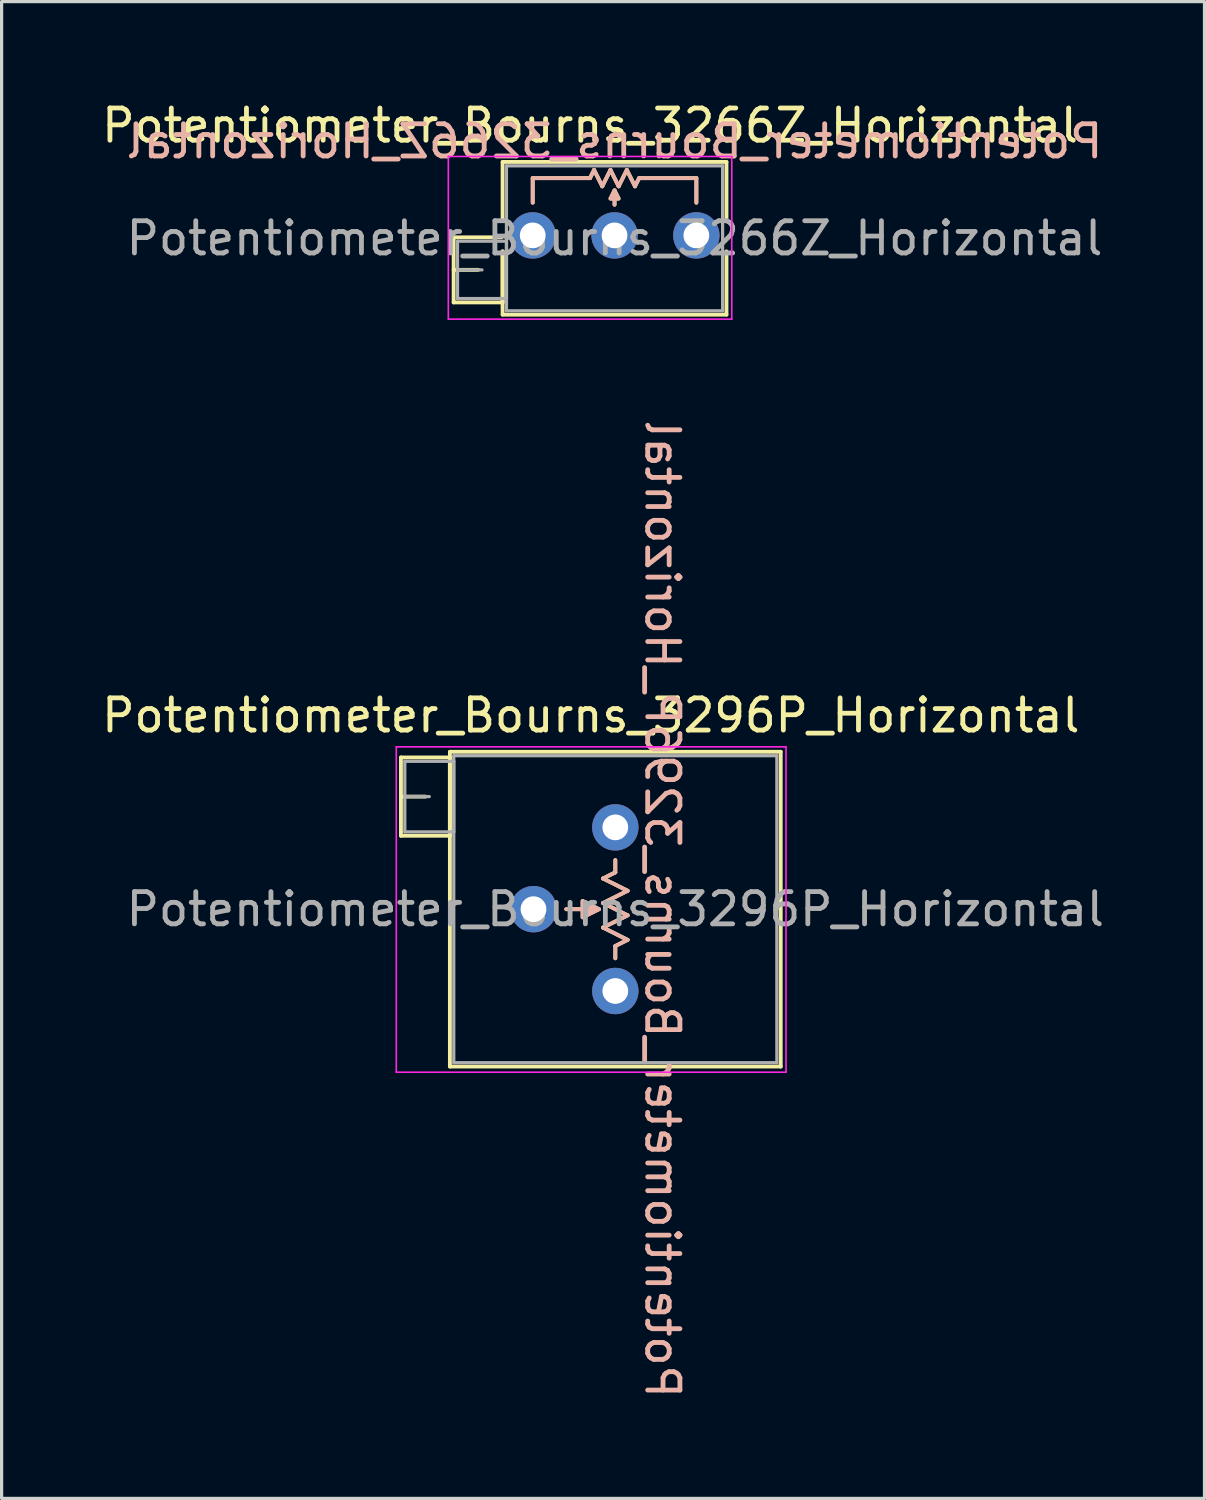
<source format=kicad_pcb>
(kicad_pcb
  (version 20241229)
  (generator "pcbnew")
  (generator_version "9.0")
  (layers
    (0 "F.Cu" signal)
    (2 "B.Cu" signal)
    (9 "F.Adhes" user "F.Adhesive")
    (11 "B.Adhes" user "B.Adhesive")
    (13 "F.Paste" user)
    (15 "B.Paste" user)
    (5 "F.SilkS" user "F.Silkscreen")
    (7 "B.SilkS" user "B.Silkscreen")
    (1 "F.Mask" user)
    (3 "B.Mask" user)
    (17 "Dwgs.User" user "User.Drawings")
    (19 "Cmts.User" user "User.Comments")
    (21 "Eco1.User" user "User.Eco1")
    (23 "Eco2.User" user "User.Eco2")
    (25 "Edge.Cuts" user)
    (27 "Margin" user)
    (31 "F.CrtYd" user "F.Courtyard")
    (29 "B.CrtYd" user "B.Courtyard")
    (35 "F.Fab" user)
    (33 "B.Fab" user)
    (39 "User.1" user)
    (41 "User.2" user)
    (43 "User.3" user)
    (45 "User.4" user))
  (footprint "Potentiometer_Bourns_3266Z_Horizontal"
    (layer "F.Cu")
    (at 18.568 4.258)
    (property "Reference" "Potentiometer_Bourns_3266Z_Horizontal" (at -3.3 -3.41 0) (layer "F.SilkS") (effects (font (size 1 1) (thickness 0.15))))
    (attr through_hole)
    (fp_line (start -7.535 0.06) (end -7.535 2.08) (stroke (width 0.12) (type solid)) (layer "F.SilkS"))
    (fp_line (start -7.535 0.06) (end -6.056 0.06) (stroke (width 0.12) (type solid)) (layer "F.SilkS"))
    (fp_line (start -7.535 1.07) (end -6.776 1.07) (stroke (width 0.12) (type solid)) (layer "F.SilkS"))
    (fp_line (start -7.535 2.08) (end -6.016 2.08) (stroke (width 0.12) (type solid)) (layer "F.SilkS"))
    (fp_line (start -6.016 0.496) (end -6.016 2.08) (stroke (width 0.12) (type solid)) (layer "F.SilkS"))
    (fp_line (start -6.015 -2.28) (end -6.015 -0.494) (stroke (width 0.12) (type solid)) (layer "F.SilkS"))
    (fp_line (start -6.015 -2.28) (end 0.935 -2.28) (stroke (width 0.12) (type solid)) (layer "F.SilkS"))
    (fp_line (start -6.015 0.496) (end -6.015 2.46) (stroke (width 0.12) (type solid)) (layer "F.SilkS"))
    (fp_line (start -6.015 2.46) (end 0.935 2.46) (stroke (width 0.12) (type solid)) (layer "F.SilkS"))
    (fp_line (start -5.08 -1.778) (end -5.08 -1.016) (stroke (width 0.12) (type solid)) (layer "F.SilkS"))
    (fp_line (start -3.302 -1.778) (end -5.08 -1.778) (stroke (width 0.12) (type solid)) (layer "F.SilkS"))
    (fp_line (start -3.175 -2.032) (end -3.302 -1.778) (stroke (width 0.12) (type solid)) (layer "F.SilkS"))
    (fp_line (start -2.921 -1.524) (end -3.175 -2.032) (stroke (width 0.12) (type solid)) (layer "F.SilkS"))
    (fp_line (start -2.667 -2.032) (end -2.921 -1.524) (stroke (width 0.12) (type solid)) (layer "F.SilkS"))
    (fp_line (start -2.54 -1.397) (end -2.54 -0.953) (stroke (width 0.12) (type solid)) (layer "F.SilkS"))
    (fp_line (start -2.413 -1.524) (end -2.667 -2.032) (stroke (width 0.12) (type solid)) (layer "F.SilkS"))
    (fp_line (start -2.159 -2.032) (end -2.413 -1.524) (stroke (width 0.12) (type solid)) (layer "F.SilkS"))
    (fp_line (start -1.905 -1.524) (end -2.159 -2.032) (stroke (width 0.12) (type solid)) (layer "F.SilkS"))
    (fp_line (start -1.778 -1.778) (end -1.905 -1.524) (stroke (width 0.12) (type solid)) (layer "F.SilkS"))
    (fp_line (start -1.778 -1.778) (end 0 -1.778) (stroke (width 0.12) (type solid)) (layer "F.SilkS"))
    (fp_line (start 0 -1.778) (end 0 -1.016) (stroke (width 0.12) (type solid)) (layer "F.SilkS"))
    (fp_line (start 0.935 -2.28) (end 0.935 -0.494) (stroke (width 0.12) (type solid)) (layer "F.SilkS"))
    (fp_line (start 0.935 0.496) (end 0.935 2.46) (stroke (width 0.12) (type solid)) (layer "F.SilkS"))
    (fp_poly (pts (xy -2.413 -1.143) (xy -2.667 -1.143) (xy -2.54 -1.397)) (stroke (width 0.12) (type solid)) (fill yes) (layer "F.SilkS"))
    (fp_line (start -5.08 -1.778) (end -3.302 -1.778) (stroke (width 0.12) (type solid)) (layer "B.SilkS"))
    (fp_line (start -5.08 -1.016) (end -5.08 -1.778) (stroke (width 0.12) (type solid)) (layer "B.SilkS"))
    (fp_line (start -3.302 -1.778) (end -3.175 -2.032) (stroke (width 0.12) (type solid)) (layer "B.SilkS"))
    (fp_line (start -3.175 -2.032) (end -2.921 -1.524) (stroke (width 0.12) (type solid)) (layer "B.SilkS"))
    (fp_line (start -2.921 -1.524) (end -2.667 -2.032) (stroke (width 0.12) (type solid)) (layer "B.SilkS"))
    (fp_line (start -2.667 -2.032) (end -2.413 -1.524) (stroke (width 0.12) (type solid)) (layer "B.SilkS"))
    (fp_line (start -2.54 -1.397) (end -2.54 -0.953) (stroke (width 0.12) (type solid)) (layer "B.SilkS"))
    (fp_line (start -2.413 -1.524) (end -2.159 -2.032) (stroke (width 0.12) (type solid)) (layer "B.SilkS"))
    (fp_line (start -2.159 -2.032) (end -1.905 -1.524) (stroke (width 0.12) (type solid)) (layer "B.SilkS"))
    (fp_line (start -1.905 -1.524) (end -1.778 -1.778) (stroke (width 0.12) (type solid)) (layer "B.SilkS"))
    (fp_line (start -1.778 -1.778) (end 0 -1.778) (stroke (width 0.12) (type solid)) (layer "B.SilkS"))
    (fp_line (start 0 -1.778) (end 0 -1.016) (stroke (width 0.12) (type solid)) (layer "B.SilkS"))
    (fp_poly (pts (xy -2.413 -1.143) (xy -2.667 -1.143) (xy -2.54 -1.397)) (stroke (width 0.12) (type solid)) (fill yes) (layer "B.SilkS"))
    (fp_line (start -7.7 -2.45) (end -7.7 2.6) (stroke (width 0.05) (type solid)) (layer "F.CrtYd"))
    (fp_line (start -7.7 2.6) (end 1.1 2.6) (stroke (width 0.05) (type solid)) (layer "F.CrtYd"))
    (fp_line (start 1.1 -2.45) (end -7.7 -2.45) (stroke (width 0.05) (type solid)) (layer "F.CrtYd"))
    (fp_line (start 1.1 2.6) (end 1.1 -2.45) (stroke (width 0.05) (type solid)) (layer "F.CrtYd"))
    (fp_line (start -7.415 0.18) (end -7.415 1.96) (stroke (width 0.1) (type solid)) (layer "F.Fab"))
    (fp_line (start -7.415 1.07) (end -6.655 1.07) (stroke (width 0.1) (type solid)) (layer "F.Fab"))
    (fp_line (start -7.415 1.96) (end -5.895 1.96) (stroke (width 0.1) (type solid)) (layer "F.Fab"))
    (fp_line (start -5.895 -2.16) (end -5.895 2.34) (stroke (width 0.1) (type solid)) (layer "F.Fab"))
    (fp_line (start -5.895 0.18) (end -7.415 0.18) (stroke (width 0.1) (type solid)) (layer "F.Fab"))
    (fp_line (start -5.895 1.96) (end -5.895 0.18) (stroke (width 0.1) (type solid)) (layer "F.Fab"))
    (fp_line (start -5.895 2.34) (end 0.815 2.34) (stroke (width 0.1) (type solid)) (layer "F.Fab"))
    (fp_line (start 0.815 -2.16) (end -5.895 -2.16) (stroke (width 0.1) (type solid)) (layer "F.Fab"))
    (fp_line (start 0.815 2.34) (end 0.815 -2.16) (stroke (width 0.1) (type solid)) (layer "F.Fab"))
    (fp_text user "${REFERENCE}" (at -2.54 -2.921 0) (unlocked yes) (layer "B.SilkS") (effects (font (size 1 1) (thickness 0.15)) (justify mirror)))
    (fp_text user "${REFERENCE}" (at -2.54 0.09 0) (layer "F.Fab") (effects (font (size 1 1) (thickness 0.15))))
    (pad "1" thru_hole circle (at 0 0) (size 1.44 1.44) (drill 0.8) (layers "*.Cu" "*.Mask"))
    (pad "2" thru_hole circle (at -2.54 0) (size 1.44 1.44) (drill 0.8) (layers "*.Cu" "*.Mask"))
    (pad "3" thru_hole circle (at -5.08 0) (size 1.44 1.44) (drill 0.8) (layers "*.Cu" "*.Mask")))
  (footprint "Potentiometer_Bourns_3296P_Horizontal"
    (layer "F.Cu")
    (at 16.052 22.635)
    (property "Reference" "Potentiometer_Bourns_3296P_Horizontal" (at -0.76 -3.475 0) (layer "F.SilkS") (effects (font (size 1 1) (thickness 0.15))))
    (attr through_hole)
    (fp_line (start -6.655 -2.169) (end -6.655 0.26) (stroke (width 0.12) (type solid)) (layer "F.SilkS"))
    (fp_line (start -6.655 -2.169) (end -5.136 -2.169) (stroke (width 0.12) (type solid)) (layer "F.SilkS"))
    (fp_line (start -6.655 -0.955) (end -5.896 -0.955) (stroke (width 0.12) (type solid)) (layer "F.SilkS"))
    (fp_line (start -6.655 0.26) (end -5.136 0.26) (stroke (width 0.12) (type solid)) (layer "F.SilkS"))
    (fp_line (start -5.136 -2.169) (end -5.136 0.26) (stroke (width 0.12) (type solid)) (layer "F.SilkS"))
    (fp_line (start -5.135 -2.345) (end -5.135 7.425) (stroke (width 0.12) (type solid)) (layer "F.SilkS"))
    (fp_line (start -5.135 -2.345) (end 5.135 -2.345) (stroke (width 0.12) (type solid)) (layer "F.SilkS"))
    (fp_line (start -5.135 7.425) (end 5.135 7.425) (stroke (width 0.12) (type solid)) (layer "F.SilkS"))
    (fp_line (start -1.524 2.54) (end -0.508 2.54) (stroke (width 0.12) (type solid)) (layer "F.SilkS"))
    (fp_line (start -0.381 1.587) (end 0.381 1.968) (stroke (width 0.12) (type solid)) (layer "F.SilkS"))
    (fp_line (start -0.381 2.349) (end 0.381 2.731) (stroke (width 0.12) (type solid)) (layer "F.SilkS"))
    (fp_line (start -0.381 3.111) (end 0.381 3.493) (stroke (width 0.12) (type solid)) (layer "F.SilkS"))
    (fp_line (start 0 1.397) (end -0.381 1.587) (stroke (width 0.12) (type solid)) (layer "F.SilkS"))
    (fp_line (start 0 1.397) (end 0 1.016) (stroke (width 0.12) (type solid)) (layer "F.SilkS"))
    (fp_line (start 0 3.683) (end 0 4.064) (stroke (width 0.12) (type solid)) (layer "F.SilkS"))
    (fp_line (start 0.381 1.968) (end -0.381 2.349) (stroke (width 0.12) (type solid)) (layer "F.SilkS"))
    (fp_line (start 0.381 2.731) (end -0.381 3.111) (stroke (width 0.12) (type solid)) (layer "F.SilkS"))
    (fp_line (start 0.381 3.493) (end 0 3.683) (stroke (width 0.12) (type solid)) (layer "F.SilkS"))
    (fp_line (start 5.135 -2.345) (end 5.135 7.425) (stroke (width 0.12) (type solid)) (layer "F.SilkS"))
    (fp_poly (pts (xy -0.508 2.54) (xy -1.016 2.794) (xy -1.016 2.286)) (stroke (width 0.12) (type solid)) (fill yes) (layer "F.SilkS"))
    (fp_line (start -1.524 2.54) (end -0.508 2.54) (stroke (width 0.12) (type solid)) (layer "B.SilkS"))
    (fp_line (start -0.381 1.587) (end 0.381 1.968) (stroke (width 0.12) (type solid)) (layer "B.SilkS"))
    (fp_line (start -0.381 2.349) (end 0.381 2.731) (stroke (width 0.12) (type solid)) (layer "B.SilkS"))
    (fp_line (start -0.381 3.111) (end 0.381 3.493) (stroke (width 0.12) (type solid)) (layer "B.SilkS"))
    (fp_line (start 0 1.016) (end 0 1.397) (stroke (width 0.12) (type solid)) (layer "B.SilkS"))
    (fp_line (start 0 1.397) (end -0.381 1.587) (stroke (width 0.12) (type solid)) (layer "B.SilkS"))
    (fp_line (start 0 3.683) (end 0 4.064) (stroke (width 0.12) (type solid)) (layer "B.SilkS"))
    (fp_line (start 0.381 1.968) (end -0.381 2.349) (stroke (width 0.12) (type solid)) (layer "B.SilkS"))
    (fp_line (start 0.381 2.731) (end -0.381 3.111) (stroke (width 0.12) (type solid)) (layer "B.SilkS"))
    (fp_line (start 0.381 3.493) (end 0 3.683) (stroke (width 0.12) (type solid)) (layer "B.SilkS"))
    (fp_poly (pts (xy -0.508 2.54) (xy -1.016 2.794) (xy -1.016 2.286)) (stroke (width 0.12) (type solid)) (fill yes) (layer "B.SilkS"))
    (fp_line (start -6.8 -2.5) (end -6.8 7.6) (stroke (width 0.05) (type solid)) (layer "F.CrtYd"))
    (fp_line (start -6.8 7.6) (end 5.3 7.6) (stroke (width 0.05) (type solid)) (layer "F.CrtYd"))
    (fp_line (start 5.3 -2.5) (end -6.8 -2.5) (stroke (width 0.05) (type solid)) (layer "F.CrtYd"))
    (fp_line (start 5.3 7.6) (end 5.3 -2.5) (stroke (width 0.05) (type solid)) (layer "F.CrtYd"))
    (fp_line (start -6.535 -2.05) (end -6.535 0.14) (stroke (width 0.1) (type solid)) (layer "F.Fab"))
    (fp_line (start -6.535 -0.955) (end -5.775 -0.955) (stroke (width 0.1) (type solid)) (layer "F.Fab"))
    (fp_line (start -6.535 0.14) (end -5.015 0.14) (stroke (width 0.1) (type solid)) (layer "F.Fab"))
    (fp_line (start -5.015 -2.225) (end -5.015 7.305) (stroke (width 0.1) (type solid)) (layer "F.Fab"))
    (fp_line (start -5.015 -2.05) (end -6.535 -2.05) (stroke (width 0.1) (type solid)) (layer "F.Fab"))
    (fp_line (start -5.015 0.14) (end -5.015 -2.05) (stroke (width 0.1) (type solid)) (layer "F.Fab"))
    (fp_line (start -5.015 7.305) (end 5.015 7.305) (stroke (width 0.1) (type solid)) (layer "F.Fab"))
    (fp_line (start 5.015 -2.225) (end -5.015 -2.225) (stroke (width 0.1) (type solid)) (layer "F.Fab"))
    (fp_line (start 5.015 7.305) (end 5.015 -2.225) (stroke (width 0.1) (type solid)) (layer "F.Fab"))
    (fp_text user "${REFERENCE}" (at 1.46 2.54 270) (unlocked yes) (layer "B.SilkS") (effects (font (size 1 1) (thickness 0.15)) (justify mirror)))
    (fp_text user "${REFERENCE}" (at 0 2.54 0) (layer "F.Fab") (effects (font (size 1 1) (thickness 0.15))))
    (pad "1" thru_hole circle (at 0 0) (size 1.44 1.44) (drill 0.8) (layers "*.Cu" "*.Mask"))
    (pad "2" thru_hole circle (at -2.54 2.54) (size 1.44 1.44) (drill 0.8) (layers "*.Cu" "*.Mask"))
    (pad "3" thru_hole circle (at 0 5.08) (size 1.44 1.44) (drill 0.8) (layers "*.Cu" "*.Mask")))
  (gr_rect
    (start -3 -3)
    (end 34.343 43.467)
    (stroke (width 0.1) (type default))
    (fill no)
    (layer "Edge.Cuts")))
</source>
